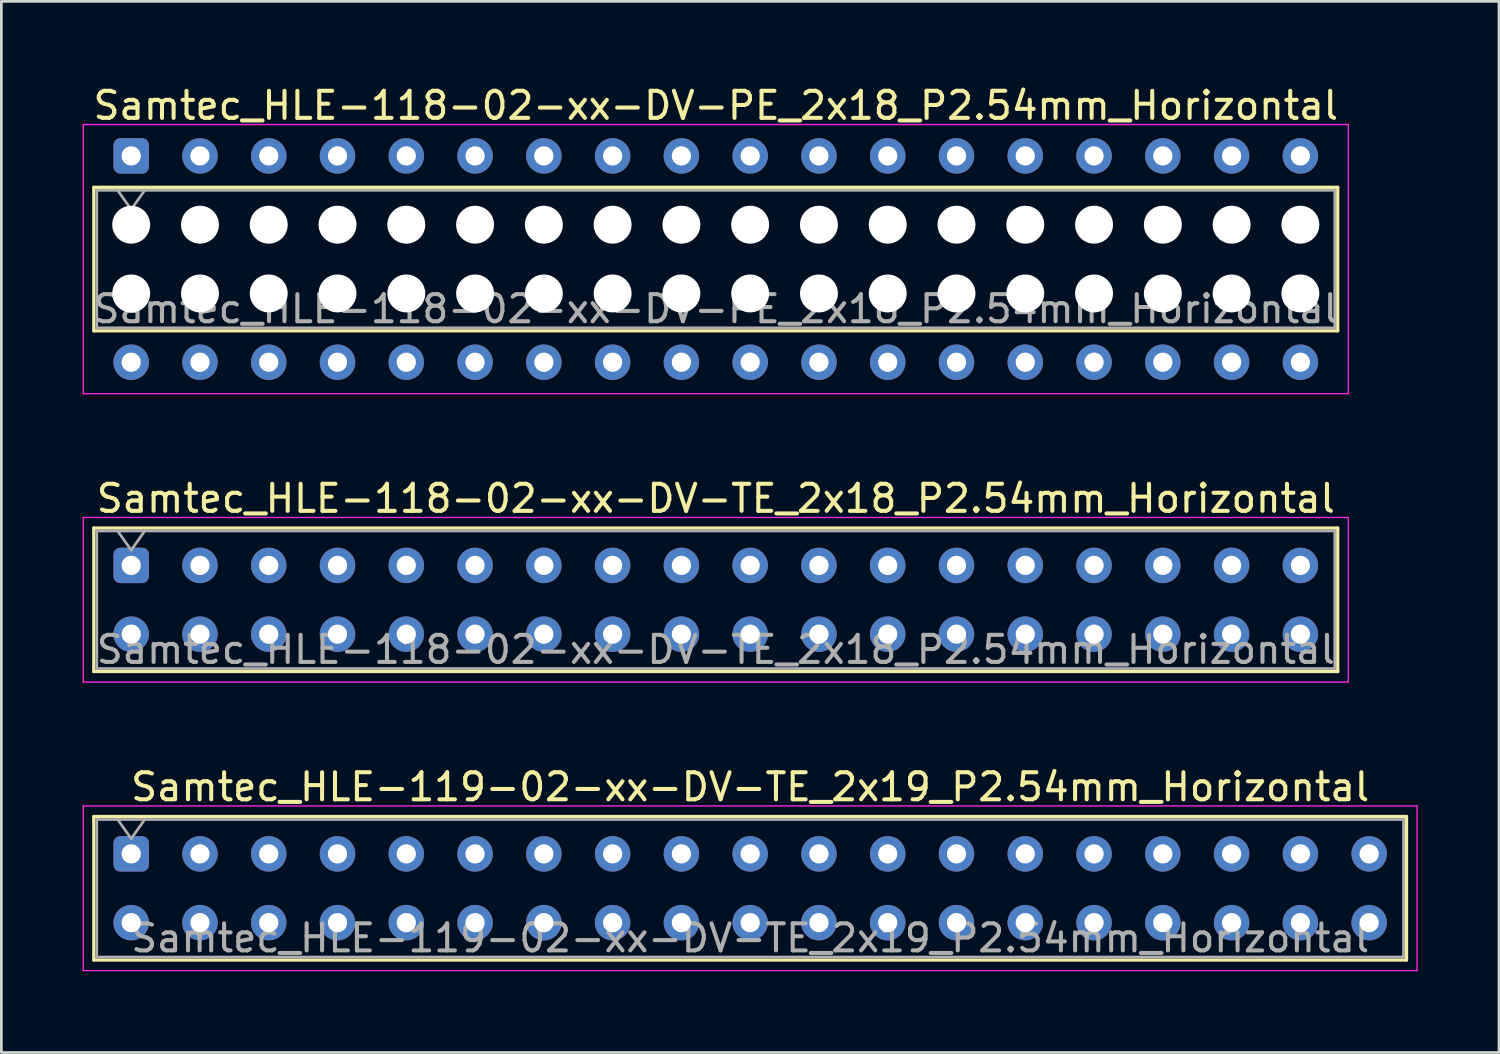
<source format=kicad_pcb>
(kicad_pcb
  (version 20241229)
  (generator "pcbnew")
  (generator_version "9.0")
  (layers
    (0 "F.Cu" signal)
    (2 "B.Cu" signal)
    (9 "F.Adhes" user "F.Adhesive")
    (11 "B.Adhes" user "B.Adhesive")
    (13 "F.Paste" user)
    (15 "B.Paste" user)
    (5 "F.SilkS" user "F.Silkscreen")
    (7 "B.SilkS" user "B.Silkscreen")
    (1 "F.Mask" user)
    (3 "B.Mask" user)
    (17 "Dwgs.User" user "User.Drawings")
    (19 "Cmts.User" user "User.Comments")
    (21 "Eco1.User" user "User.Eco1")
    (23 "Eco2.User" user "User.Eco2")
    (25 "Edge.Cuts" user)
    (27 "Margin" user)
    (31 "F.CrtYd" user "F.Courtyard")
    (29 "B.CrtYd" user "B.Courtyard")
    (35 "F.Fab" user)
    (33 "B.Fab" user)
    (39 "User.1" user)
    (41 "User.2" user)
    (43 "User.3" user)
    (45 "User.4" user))
  (footprint "Samtec_HLE-118-02-xx-DV-TE_2x18_P2.54mm_Horizontal"
    (layer "F.Cu")
    (at 1.795 17.831)
    (property "Reference" "Samtec_HLE-118-02-xx-DV-TE_2x18_P2.54mm_Horizontal" (at 21.59 -2.47 0) (layer "F.SilkS") (effects (font (size 1 1) (thickness 0.15))))
    (attr through_hole)
    (fp_line (start -1.38 -1.38) (end 44.56 -1.38) (stroke (width 0.12) (type solid)) (layer "F.SilkS"))
    (fp_line (start -1.38 3.92) (end -1.38 -1.38) (stroke (width 0.12) (type solid)) (layer "F.SilkS"))
    (fp_line (start 44.56 -1.38) (end 44.56 3.92) (stroke (width 0.12) (type solid)) (layer "F.SilkS"))
    (fp_line (start 44.56 3.92) (end -1.38 3.92) (stroke (width 0.12) (type solid)) (layer "F.SilkS"))
    (fp_line (start -1.77 -1.77) (end 44.95 -1.77) (stroke (width 0.05) (type solid)) (layer "F.CrtYd"))
    (fp_line (start -1.77 4.31) (end -1.77 -1.77) (stroke (width 0.05) (type solid)) (layer "F.CrtYd"))
    (fp_line (start 44.95 -1.77) (end 44.95 4.31) (stroke (width 0.05) (type solid)) (layer "F.CrtYd"))
    (fp_line (start 44.95 4.31) (end -1.77 4.31) (stroke (width 0.05) (type solid)) (layer "F.CrtYd"))
    (fp_line (start -1.27 -1.27) (end 44.45 -1.27) (stroke (width 0.1) (type solid)) (layer "F.Fab"))
    (fp_line (start -1.27 3.81) (end -1.27 -1.27) (stroke (width 0.1) (type solid)) (layer "F.Fab"))
    (fp_line (start -0.5 -1.27) (end 0 -0.563) (stroke (width 0.1) (type solid)) (layer "F.Fab"))
    (fp_line (start 0 -0.563) (end 0.5 -1.27) (stroke (width 0.1) (type solid)) (layer "F.Fab"))
    (fp_line (start 44.45 -1.27) (end 44.45 3.81) (stroke (width 0.1) (type solid)) (layer "F.Fab"))
    (fp_line (start 44.45 3.81) (end -1.27 3.81) (stroke (width 0.1) (type solid)) (layer "F.Fab"))
    (fp_text user "${REFERENCE}" (at 21.59 3.11 0) (layer "F.Fab") (effects (font (size 1 1) (thickness 0.15))))
    (pad "1" thru_hole roundrect (at 0 0) (size 1.31 1.31) (drill 0.71) (layers "*.Cu" "*.Mask") (roundrect_rratio 0.191))
    (pad "2" thru_hole circle (at 0 2.54) (size 1.31 1.31) (drill 0.71) (layers "*.Cu" "*.Mask"))
    (pad "3" thru_hole circle (at 2.54 0) (size 1.31 1.31) (drill 0.71) (layers "*.Cu" "*.Mask"))
    (pad "4" thru_hole circle (at 2.54 2.54) (size 1.31 1.31) (drill 0.71) (layers "*.Cu" "*.Mask"))
    (pad "5" thru_hole circle (at 5.08 0) (size 1.31 1.31) (drill 0.71) (layers "*.Cu" "*.Mask"))
    (pad "6" thru_hole circle (at 5.08 2.54) (size 1.31 1.31) (drill 0.71) (layers "*.Cu" "*.Mask"))
    (pad "7" thru_hole circle (at 7.62 0) (size 1.31 1.31) (drill 0.71) (layers "*.Cu" "*.Mask"))
    (pad "8" thru_hole circle (at 7.62 2.54) (size 1.31 1.31) (drill 0.71) (layers "*.Cu" "*.Mask"))
    (pad "9" thru_hole circle (at 10.16 0) (size 1.31 1.31) (drill 0.71) (layers "*.Cu" "*.Mask"))
    (pad "10" thru_hole circle (at 10.16 2.54) (size 1.31 1.31) (drill 0.71) (layers "*.Cu" "*.Mask"))
    (pad "11" thru_hole circle (at 12.7 0) (size 1.31 1.31) (drill 0.71) (layers "*.Cu" "*.Mask"))
    (pad "12" thru_hole circle (at 12.7 2.54) (size 1.31 1.31) (drill 0.71) (layers "*.Cu" "*.Mask"))
    (pad "13" thru_hole circle (at 15.24 0) (size 1.31 1.31) (drill 0.71) (layers "*.Cu" "*.Mask"))
    (pad "14" thru_hole circle (at 15.24 2.54) (size 1.31 1.31) (drill 0.71) (layers "*.Cu" "*.Mask"))
    (pad "15" thru_hole circle (at 17.78 0) (size 1.31 1.31) (drill 0.71) (layers "*.Cu" "*.Mask"))
    (pad "16" thru_hole circle (at 17.78 2.54) (size 1.31 1.31) (drill 0.71) (layers "*.Cu" "*.Mask"))
    (pad "17" thru_hole circle (at 20.32 0) (size 1.31 1.31) (drill 0.71) (layers "*.Cu" "*.Mask"))
    (pad "18" thru_hole circle (at 20.32 2.54) (size 1.31 1.31) (drill 0.71) (layers "*.Cu" "*.Mask"))
    (pad "19" thru_hole circle (at 22.86 0) (size 1.31 1.31) (drill 0.71) (layers "*.Cu" "*.Mask"))
    (pad "20" thru_hole circle (at 22.86 2.54) (size 1.31 1.31) (drill 0.71) (layers "*.Cu" "*.Mask"))
    (pad "21" thru_hole circle (at 25.4 0) (size 1.31 1.31) (drill 0.71) (layers "*.Cu" "*.Mask"))
    (pad "22" thru_hole circle (at 25.4 2.54) (size 1.31 1.31) (drill 0.71) (layers "*.Cu" "*.Mask"))
    (pad "23" thru_hole circle (at 27.94 0) (size 1.31 1.31) (drill 0.71) (layers "*.Cu" "*.Mask"))
    (pad "24" thru_hole circle (at 27.94 2.54) (size 1.31 1.31) (drill 0.71) (layers "*.Cu" "*.Mask"))
    (pad "25" thru_hole circle (at 30.48 0) (size 1.31 1.31) (drill 0.71) (layers "*.Cu" "*.Mask"))
    (pad "26" thru_hole circle (at 30.48 2.54) (size 1.31 1.31) (drill 0.71) (layers "*.Cu" "*.Mask"))
    (pad "27" thru_hole circle (at 33.02 0) (size 1.31 1.31) (drill 0.71) (layers "*.Cu" "*.Mask"))
    (pad "28" thru_hole circle (at 33.02 2.54) (size 1.31 1.31) (drill 0.71) (layers "*.Cu" "*.Mask"))
    (pad "29" thru_hole circle (at 35.56 0) (size 1.31 1.31) (drill 0.71) (layers "*.Cu" "*.Mask"))
    (pad "30" thru_hole circle (at 35.56 2.54) (size 1.31 1.31) (drill 0.71) (layers "*.Cu" "*.Mask"))
    (pad "31" thru_hole circle (at 38.1 0) (size 1.31 1.31) (drill 0.71) (layers "*.Cu" "*.Mask"))
    (pad "32" thru_hole circle (at 38.1 2.54) (size 1.31 1.31) (drill 0.71) (layers "*.Cu" "*.Mask"))
    (pad "33" thru_hole circle (at 40.64 0) (size 1.31 1.31) (drill 0.71) (layers "*.Cu" "*.Mask"))
    (pad "34" thru_hole circle (at 40.64 2.54) (size 1.31 1.31) (drill 0.71) (layers "*.Cu" "*.Mask"))
    (pad "35" thru_hole circle (at 43.18 0) (size 1.31 1.31) (drill 0.71) (layers "*.Cu" "*.Mask"))
    (pad "36" thru_hole circle (at 43.18 2.54) (size 1.31 1.31) (drill 0.71) (layers "*.Cu" "*.Mask")))
  (footprint "Samtec_HLE-118-02-xx-DV-PE_2x18_P2.54mm_Horizontal"
    (layer "F.Cu")
    (at 1.795 2.708)
    (property "Reference" "Samtec_HLE-118-02-xx-DV-PE_2x18_P2.54mm_Horizontal" (at 21.59 -1.86 0) (layer "F.SilkS") (effects (font (size 1 1) (thickness 0.15))))
    (attr through_hole)
    (fp_line (start -1.38 1.16) (end 44.56 1.16) (stroke (width 0.12) (type solid)) (layer "F.SilkS"))
    (fp_line (start -1.38 6.46) (end -1.38 1.16) (stroke (width 0.12) (type solid)) (layer "F.SilkS"))
    (fp_line (start 44.56 1.16) (end 44.56 6.46) (stroke (width 0.12) (type solid)) (layer "F.SilkS"))
    (fp_line (start 44.56 6.46) (end -1.38 6.46) (stroke (width 0.12) (type solid)) (layer "F.SilkS"))
    (fp_line (start -1.77 -1.16) (end 44.95 -1.16) (stroke (width 0.05) (type solid)) (layer "F.CrtYd"))
    (fp_line (start -1.77 8.78) (end -1.77 -1.16) (stroke (width 0.05) (type solid)) (layer "F.CrtYd"))
    (fp_line (start 44.95 -1.16) (end 44.95 8.78) (stroke (width 0.05) (type solid)) (layer "F.CrtYd"))
    (fp_line (start 44.95 8.78) (end -1.77 8.78) (stroke (width 0.05) (type solid)) (layer "F.CrtYd"))
    (fp_line (start -1.27 1.27) (end 44.45 1.27) (stroke (width 0.1) (type solid)) (layer "F.Fab"))
    (fp_line (start -1.27 6.35) (end -1.27 1.27) (stroke (width 0.1) (type solid)) (layer "F.Fab"))
    (fp_line (start -0.5 1.27) (end 0 1.977) (stroke (width 0.1) (type solid)) (layer "F.Fab"))
    (fp_line (start 0 1.977) (end 0.5 1.27) (stroke (width 0.1) (type solid)) (layer "F.Fab"))
    (fp_line (start 44.45 1.27) (end 44.45 6.35) (stroke (width 0.1) (type solid)) (layer "F.Fab"))
    (fp_line (start 44.45 6.35) (end -1.27 6.35) (stroke (width 0.1) (type solid)) (layer "F.Fab"))
    (fp_text user "${REFERENCE}" (at 21.59 5.65 0) (layer "F.Fab") (effects (font (size 1 1) (thickness 0.15))))
    (pad "" np_thru_hole circle (at 0 2.54) (size 1.4 1.4) (drill 1.4) (layers "*.Cu" "*.Mask"))
    (pad "" np_thru_hole circle (at 0 5.08) (size 1.4 1.4) (drill 1.4) (layers "*.Cu" "*.Mask"))
    (pad "" np_thru_hole circle (at 2.54 2.54) (size 1.4 1.4) (drill 1.4) (layers "*.Cu" "*.Mask"))
    (pad "" np_thru_hole circle (at 2.54 5.08) (size 1.4 1.4) (drill 1.4) (layers "*.Cu" "*.Mask"))
    (pad "" np_thru_hole circle (at 5.08 2.54) (size 1.4 1.4) (drill 1.4) (layers "*.Cu" "*.Mask"))
    (pad "" np_thru_hole circle (at 5.08 5.08) (size 1.4 1.4) (drill 1.4) (layers "*.Cu" "*.Mask"))
    (pad "" np_thru_hole circle (at 7.62 2.54) (size 1.4 1.4) (drill 1.4) (layers "*.Cu" "*.Mask"))
    (pad "" np_thru_hole circle (at 7.62 5.08) (size 1.4 1.4) (drill 1.4) (layers "*.Cu" "*.Mask"))
    (pad "" np_thru_hole circle (at 10.16 2.54) (size 1.4 1.4) (drill 1.4) (layers "*.Cu" "*.Mask"))
    (pad "" np_thru_hole circle (at 10.16 5.08) (size 1.4 1.4) (drill 1.4) (layers "*.Cu" "*.Mask"))
    (pad "" np_thru_hole circle (at 12.7 2.54) (size 1.4 1.4) (drill 1.4) (layers "*.Cu" "*.Mask"))
    (pad "" np_thru_hole circle (at 12.7 5.08) (size 1.4 1.4) (drill 1.4) (layers "*.Cu" "*.Mask"))
    (pad "" np_thru_hole circle (at 15.24 2.54) (size 1.4 1.4) (drill 1.4) (layers "*.Cu" "*.Mask"))
    (pad "" np_thru_hole circle (at 15.24 5.08) (size 1.4 1.4) (drill 1.4) (layers "*.Cu" "*.Mask"))
    (pad "" np_thru_hole circle (at 17.78 2.54) (size 1.4 1.4) (drill 1.4) (layers "*.Cu" "*.Mask"))
    (pad "" np_thru_hole circle (at 17.78 5.08) (size 1.4 1.4) (drill 1.4) (layers "*.Cu" "*.Mask"))
    (pad "" np_thru_hole circle (at 20.32 2.54) (size 1.4 1.4) (drill 1.4) (layers "*.Cu" "*.Mask"))
    (pad "" np_thru_hole circle (at 20.32 5.08) (size 1.4 1.4) (drill 1.4) (layers "*.Cu" "*.Mask"))
    (pad "" np_thru_hole circle (at 22.86 2.54) (size 1.4 1.4) (drill 1.4) (layers "*.Cu" "*.Mask"))
    (pad "" np_thru_hole circle (at 22.86 5.08) (size 1.4 1.4) (drill 1.4) (layers "*.Cu" "*.Mask"))
    (pad "" np_thru_hole circle (at 25.4 2.54) (size 1.4 1.4) (drill 1.4) (layers "*.Cu" "*.Mask"))
    (pad "" np_thru_hole circle (at 25.4 5.08) (size 1.4 1.4) (drill 1.4) (layers "*.Cu" "*.Mask"))
    (pad "" np_thru_hole circle (at 27.94 2.54) (size 1.4 1.4) (drill 1.4) (layers "*.Cu" "*.Mask"))
    (pad "" np_thru_hole circle (at 27.94 5.08) (size 1.4 1.4) (drill 1.4) (layers "*.Cu" "*.Mask"))
    (pad "" np_thru_hole circle (at 30.48 2.54) (size 1.4 1.4) (drill 1.4) (layers "*.Cu" "*.Mask"))
    (pad "" np_thru_hole circle (at 30.48 5.08) (size 1.4 1.4) (drill 1.4) (layers "*.Cu" "*.Mask"))
    (pad "" np_thru_hole circle (at 33.02 2.54) (size 1.4 1.4) (drill 1.4) (layers "*.Cu" "*.Mask"))
    (pad "" np_thru_hole circle (at 33.02 5.08) (size 1.4 1.4) (drill 1.4) (layers "*.Cu" "*.Mask"))
    (pad "" np_thru_hole circle (at 35.56 2.54) (size 1.4 1.4) (drill 1.4) (layers "*.Cu" "*.Mask"))
    (pad "" np_thru_hole circle (at 35.56 5.08) (size 1.4 1.4) (drill 1.4) (layers "*.Cu" "*.Mask"))
    (pad "" np_thru_hole circle (at 38.1 2.54) (size 1.4 1.4) (drill 1.4) (layers "*.Cu" "*.Mask"))
    (pad "" np_thru_hole circle (at 38.1 5.08) (size 1.4 1.4) (drill 1.4) (layers "*.Cu" "*.Mask"))
    (pad "" np_thru_hole circle (at 40.64 2.54) (size 1.4 1.4) (drill 1.4) (layers "*.Cu" "*.Mask"))
    (pad "" np_thru_hole circle (at 40.64 5.08) (size 1.4 1.4) (drill 1.4) (layers "*.Cu" "*.Mask"))
    (pad "" np_thru_hole circle (at 43.18 2.54) (size 1.4 1.4) (drill 1.4) (layers "*.Cu" "*.Mask"))
    (pad "" np_thru_hole circle (at 43.18 5.08) (size 1.4 1.4) (drill 1.4) (layers "*.Cu" "*.Mask"))
    (pad "1" thru_hole roundrect (at 0 0) (size 1.31 1.31) (drill 0.71) (layers "*.Cu" "*.Mask") (roundrect_rratio 0.191))
    (pad "2" thru_hole circle (at 0 7.62) (size 1.31 1.31) (drill 0.71) (layers "*.Cu" "*.Mask"))
    (pad "3" thru_hole circle (at 2.54 0) (size 1.31 1.31) (drill 0.71) (layers "*.Cu" "*.Mask"))
    (pad "4" thru_hole circle (at 2.54 7.62) (size 1.31 1.31) (drill 0.71) (layers "*.Cu" "*.Mask"))
    (pad "5" thru_hole circle (at 5.08 0) (size 1.31 1.31) (drill 0.71) (layers "*.Cu" "*.Mask"))
    (pad "6" thru_hole circle (at 5.08 7.62) (size 1.31 1.31) (drill 0.71) (layers "*.Cu" "*.Mask"))
    (pad "7" thru_hole circle (at 7.62 0) (size 1.31 1.31) (drill 0.71) (layers "*.Cu" "*.Mask"))
    (pad "8" thru_hole circle (at 7.62 7.62) (size 1.31 1.31) (drill 0.71) (layers "*.Cu" "*.Mask"))
    (pad "9" thru_hole circle (at 10.16 0) (size 1.31 1.31) (drill 0.71) (layers "*.Cu" "*.Mask"))
    (pad "10" thru_hole circle (at 10.16 7.62) (size 1.31 1.31) (drill 0.71) (layers "*.Cu" "*.Mask"))
    (pad "11" thru_hole circle (at 12.7 0) (size 1.31 1.31) (drill 0.71) (layers "*.Cu" "*.Mask"))
    (pad "12" thru_hole circle (at 12.7 7.62) (size 1.31 1.31) (drill 0.71) (layers "*.Cu" "*.Mask"))
    (pad "13" thru_hole circle (at 15.24 0) (size 1.31 1.31) (drill 0.71) (layers "*.Cu" "*.Mask"))
    (pad "14" thru_hole circle (at 15.24 7.62) (size 1.31 1.31) (drill 0.71) (layers "*.Cu" "*.Mask"))
    (pad "15" thru_hole circle (at 17.78 0) (size 1.31 1.31) (drill 0.71) (layers "*.Cu" "*.Mask"))
    (pad "16" thru_hole circle (at 17.78 7.62) (size 1.31 1.31) (drill 0.71) (layers "*.Cu" "*.Mask"))
    (pad "17" thru_hole circle (at 20.32 0) (size 1.31 1.31) (drill 0.71) (layers "*.Cu" "*.Mask"))
    (pad "18" thru_hole circle (at 20.32 7.62) (size 1.31 1.31) (drill 0.71) (layers "*.Cu" "*.Mask"))
    (pad "19" thru_hole circle (at 22.86 0) (size 1.31 1.31) (drill 0.71) (layers "*.Cu" "*.Mask"))
    (pad "20" thru_hole circle (at 22.86 7.62) (size 1.31 1.31) (drill 0.71) (layers "*.Cu" "*.Mask"))
    (pad "21" thru_hole circle (at 25.4 0) (size 1.31 1.31) (drill 0.71) (layers "*.Cu" "*.Mask"))
    (pad "22" thru_hole circle (at 25.4 7.62) (size 1.31 1.31) (drill 0.71) (layers "*.Cu" "*.Mask"))
    (pad "23" thru_hole circle (at 27.94 0) (size 1.31 1.31) (drill 0.71) (layers "*.Cu" "*.Mask"))
    (pad "24" thru_hole circle (at 27.94 7.62) (size 1.31 1.31) (drill 0.71) (layers "*.Cu" "*.Mask"))
    (pad "25" thru_hole circle (at 30.48 0) (size 1.31 1.31) (drill 0.71) (layers "*.Cu" "*.Mask"))
    (pad "26" thru_hole circle (at 30.48 7.62) (size 1.31 1.31) (drill 0.71) (layers "*.Cu" "*.Mask"))
    (pad "27" thru_hole circle (at 33.02 0) (size 1.31 1.31) (drill 0.71) (layers "*.Cu" "*.Mask"))
    (pad "28" thru_hole circle (at 33.02 7.62) (size 1.31 1.31) (drill 0.71) (layers "*.Cu" "*.Mask"))
    (pad "29" thru_hole circle (at 35.56 0) (size 1.31 1.31) (drill 0.71) (layers "*.Cu" "*.Mask"))
    (pad "30" thru_hole circle (at 35.56 7.62) (size 1.31 1.31) (drill 0.71) (layers "*.Cu" "*.Mask"))
    (pad "31" thru_hole circle (at 38.1 0) (size 1.31 1.31) (drill 0.71) (layers "*.Cu" "*.Mask"))
    (pad "32" thru_hole circle (at 38.1 7.62) (size 1.31 1.31) (drill 0.71) (layers "*.Cu" "*.Mask"))
    (pad "33" thru_hole circle (at 40.64 0) (size 1.31 1.31) (drill 0.71) (layers "*.Cu" "*.Mask"))
    (pad "34" thru_hole circle (at 40.64 7.62) (size 1.31 1.31) (drill 0.71) (layers "*.Cu" "*.Mask"))
    (pad "35" thru_hole circle (at 43.18 0) (size 1.31 1.31) (drill 0.71) (layers "*.Cu" "*.Mask"))
    (pad "36" thru_hole circle (at 43.18 7.62) (size 1.31 1.31) (drill 0.71) (layers "*.Cu" "*.Mask")))
  (footprint "Samtec_HLE-119-02-xx-DV-TE_2x19_P2.54mm_Horizontal"
    (layer "F.Cu")
    (at 1.795 28.485)
    (property "Reference" "Samtec_HLE-119-02-xx-DV-TE_2x19_P2.54mm_Horizontal" (at 22.86 -2.47 0) (layer "F.SilkS") (effects (font (size 1 1) (thickness 0.15))))
    (attr through_hole)
    (fp_line (start -1.38 -1.38) (end 47.1 -1.38) (stroke (width 0.12) (type solid)) (layer "F.SilkS"))
    (fp_line (start -1.38 3.92) (end -1.38 -1.38) (stroke (width 0.12) (type solid)) (layer "F.SilkS"))
    (fp_line (start 47.1 -1.38) (end 47.1 3.92) (stroke (width 0.12) (type solid)) (layer "F.SilkS"))
    (fp_line (start 47.1 3.92) (end -1.38 3.92) (stroke (width 0.12) (type solid)) (layer "F.SilkS"))
    (fp_line (start -1.77 -1.77) (end 47.49 -1.77) (stroke (width 0.05) (type solid)) (layer "F.CrtYd"))
    (fp_line (start -1.77 4.31) (end -1.77 -1.77) (stroke (width 0.05) (type solid)) (layer "F.CrtYd"))
    (fp_line (start 47.49 -1.77) (end 47.49 4.31) (stroke (width 0.05) (type solid)) (layer "F.CrtYd"))
    (fp_line (start 47.49 4.31) (end -1.77 4.31) (stroke (width 0.05) (type solid)) (layer "F.CrtYd"))
    (fp_line (start -1.27 -1.27) (end 46.99 -1.27) (stroke (width 0.1) (type solid)) (layer "F.Fab"))
    (fp_line (start -1.27 3.81) (end -1.27 -1.27) (stroke (width 0.1) (type solid)) (layer "F.Fab"))
    (fp_line (start -0.5 -1.27) (end 0 -0.563) (stroke (width 0.1) (type solid)) (layer "F.Fab"))
    (fp_line (start 0 -0.563) (end 0.5 -1.27) (stroke (width 0.1) (type solid)) (layer "F.Fab"))
    (fp_line (start 46.99 -1.27) (end 46.99 3.81) (stroke (width 0.1) (type solid)) (layer "F.Fab"))
    (fp_line (start 46.99 3.81) (end -1.27 3.81) (stroke (width 0.1) (type solid)) (layer "F.Fab"))
    (fp_text user "${REFERENCE}" (at 22.86 3.11 0) (layer "F.Fab") (effects (font (size 1 1) (thickness 0.15))))
    (pad "1" thru_hole roundrect (at 0 0) (size 1.31 1.31) (drill 0.71) (layers "*.Cu" "*.Mask") (roundrect_rratio 0.191))
    (pad "2" thru_hole circle (at 0 2.54) (size 1.31 1.31) (drill 0.71) (layers "*.Cu" "*.Mask"))
    (pad "3" thru_hole circle (at 2.54 0) (size 1.31 1.31) (drill 0.71) (layers "*.Cu" "*.Mask"))
    (pad "4" thru_hole circle (at 2.54 2.54) (size 1.31 1.31) (drill 0.71) (layers "*.Cu" "*.Mask"))
    (pad "5" thru_hole circle (at 5.08 0) (size 1.31 1.31) (drill 0.71) (layers "*.Cu" "*.Mask"))
    (pad "6" thru_hole circle (at 5.08 2.54) (size 1.31 1.31) (drill 0.71) (layers "*.Cu" "*.Mask"))
    (pad "7" thru_hole circle (at 7.62 0) (size 1.31 1.31) (drill 0.71) (layers "*.Cu" "*.Mask"))
    (pad "8" thru_hole circle (at 7.62 2.54) (size 1.31 1.31) (drill 0.71) (layers "*.Cu" "*.Mask"))
    (pad "9" thru_hole circle (at 10.16 0) (size 1.31 1.31) (drill 0.71) (layers "*.Cu" "*.Mask"))
    (pad "10" thru_hole circle (at 10.16 2.54) (size 1.31 1.31) (drill 0.71) (layers "*.Cu" "*.Mask"))
    (pad "11" thru_hole circle (at 12.7 0) (size 1.31 1.31) (drill 0.71) (layers "*.Cu" "*.Mask"))
    (pad "12" thru_hole circle (at 12.7 2.54) (size 1.31 1.31) (drill 0.71) (layers "*.Cu" "*.Mask"))
    (pad "13" thru_hole circle (at 15.24 0) (size 1.31 1.31) (drill 0.71) (layers "*.Cu" "*.Mask"))
    (pad "14" thru_hole circle (at 15.24 2.54) (size 1.31 1.31) (drill 0.71) (layers "*.Cu" "*.Mask"))
    (pad "15" thru_hole circle (at 17.78 0) (size 1.31 1.31) (drill 0.71) (layers "*.Cu" "*.Mask"))
    (pad "16" thru_hole circle (at 17.78 2.54) (size 1.31 1.31) (drill 0.71) (layers "*.Cu" "*.Mask"))
    (pad "17" thru_hole circle (at 20.32 0) (size 1.31 1.31) (drill 0.71) (layers "*.Cu" "*.Mask"))
    (pad "18" thru_hole circle (at 20.32 2.54) (size 1.31 1.31) (drill 0.71) (layers "*.Cu" "*.Mask"))
    (pad "19" thru_hole circle (at 22.86 0) (size 1.31 1.31) (drill 0.71) (layers "*.Cu" "*.Mask"))
    (pad "20" thru_hole circle (at 22.86 2.54) (size 1.31 1.31) (drill 0.71) (layers "*.Cu" "*.Mask"))
    (pad "21" thru_hole circle (at 25.4 0) (size 1.31 1.31) (drill 0.71) (layers "*.Cu" "*.Mask"))
    (pad "22" thru_hole circle (at 25.4 2.54) (size 1.31 1.31) (drill 0.71) (layers "*.Cu" "*.Mask"))
    (pad "23" thru_hole circle (at 27.94 0) (size 1.31 1.31) (drill 0.71) (layers "*.Cu" "*.Mask"))
    (pad "24" thru_hole circle (at 27.94 2.54) (size 1.31 1.31) (drill 0.71) (layers "*.Cu" "*.Mask"))
    (pad "25" thru_hole circle (at 30.48 0) (size 1.31 1.31) (drill 0.71) (layers "*.Cu" "*.Mask"))
    (pad "26" thru_hole circle (at 30.48 2.54) (size 1.31 1.31) (drill 0.71) (layers "*.Cu" "*.Mask"))
    (pad "27" thru_hole circle (at 33.02 0) (size 1.31 1.31) (drill 0.71) (layers "*.Cu" "*.Mask"))
    (pad "28" thru_hole circle (at 33.02 2.54) (size 1.31 1.31) (drill 0.71) (layers "*.Cu" "*.Mask"))
    (pad "29" thru_hole circle (at 35.56 0) (size 1.31 1.31) (drill 0.71) (layers "*.Cu" "*.Mask"))
    (pad "30" thru_hole circle (at 35.56 2.54) (size 1.31 1.31) (drill 0.71) (layers "*.Cu" "*.Mask"))
    (pad "31" thru_hole circle (at 38.1 0) (size 1.31 1.31) (drill 0.71) (layers "*.Cu" "*.Mask"))
    (pad "32" thru_hole circle (at 38.1 2.54) (size 1.31 1.31) (drill 0.71) (layers "*.Cu" "*.Mask"))
    (pad "33" thru_hole circle (at 40.64 0) (size 1.31 1.31) (drill 0.71) (layers "*.Cu" "*.Mask"))
    (pad "34" thru_hole circle (at 40.64 2.54) (size 1.31 1.31) (drill 0.71) (layers "*.Cu" "*.Mask"))
    (pad "35" thru_hole circle (at 43.18 0) (size 1.31 1.31) (drill 0.71) (layers "*.Cu" "*.Mask"))
    (pad "36" thru_hole circle (at 43.18 2.54) (size 1.31 1.31) (drill 0.71) (layers "*.Cu" "*.Mask"))
    (pad "37" thru_hole circle (at 45.72 0) (size 1.31 1.31) (drill 0.71) (layers "*.Cu" "*.Mask"))
    (pad "38" thru_hole circle (at 45.72 2.54) (size 1.31 1.31) (drill 0.71) (layers "*.Cu" "*.Mask")))
  (gr_rect
    (start -3 -3)
    (end 52.31 35.82)
    (stroke (width 0.1) (type default))
    (fill no)
    (layer "Edge.Cuts")))
</source>
